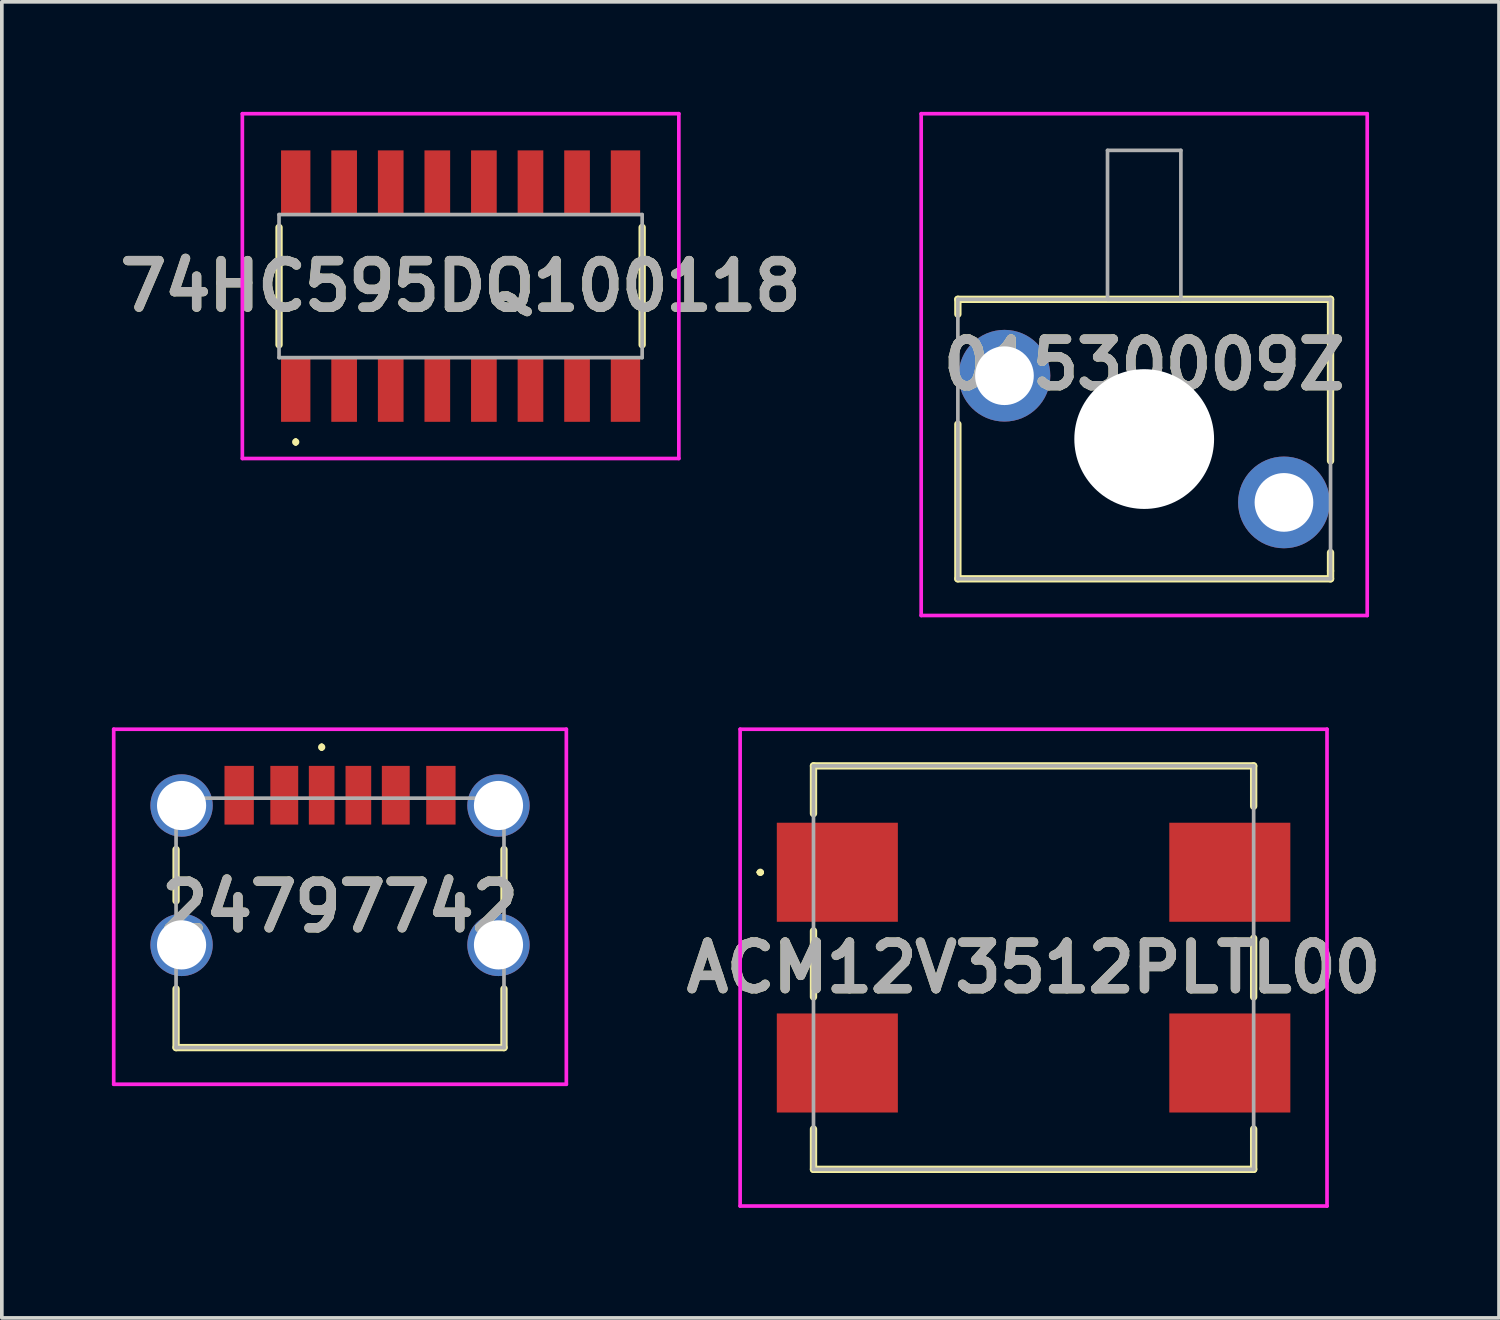
<source format=kicad_pcb>
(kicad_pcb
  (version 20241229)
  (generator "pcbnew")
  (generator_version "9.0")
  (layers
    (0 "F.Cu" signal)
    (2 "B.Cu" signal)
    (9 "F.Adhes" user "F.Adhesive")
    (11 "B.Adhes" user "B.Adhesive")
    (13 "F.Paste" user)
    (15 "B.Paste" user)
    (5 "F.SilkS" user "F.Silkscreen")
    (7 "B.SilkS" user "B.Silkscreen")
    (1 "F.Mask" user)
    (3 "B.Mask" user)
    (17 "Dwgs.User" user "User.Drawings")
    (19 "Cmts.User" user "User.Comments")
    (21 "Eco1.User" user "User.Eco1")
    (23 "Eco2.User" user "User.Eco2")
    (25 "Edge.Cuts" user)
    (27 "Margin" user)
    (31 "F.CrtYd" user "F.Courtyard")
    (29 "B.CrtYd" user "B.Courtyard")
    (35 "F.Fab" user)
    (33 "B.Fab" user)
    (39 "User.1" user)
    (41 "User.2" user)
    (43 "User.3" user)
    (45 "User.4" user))
  (footprint "24797742"
    (layer "F.Cu")
    (at 6.22 22.07)
    (property "Reference" "24797742" (at 0 -0.4 0) (layer "F.SilkS") (effects (font (size 1.27 1.27) (thickness 0.254))))
    (attr through_hole)
    (fp_line (start -4.47 -1.96) (end -4.47 -0.56) (stroke (width 0.2) (type solid)) (layer "F.SilkS"))
    (fp_line (start -4.47 1.84) (end -4.47 3.44) (stroke (width 0.2) (type solid)) (layer "F.SilkS"))
    (fp_line (start -4.47 3.44) (end 4.47 3.44) (stroke (width 0.2) (type solid)) (layer "F.SilkS"))
    (fp_line (start -0.5 -4.8) (end -0.5 -4.8) (stroke (width 0.1) (type solid)) (layer "F.SilkS"))
    (fp_line (start -0.5 -4.7) (end -0.5 -4.7) (stroke (width 0.1) (type solid)) (layer "F.SilkS"))
    (fp_line (start 4.47 -1.96) (end 4.47 -0.56) (stroke (width 0.2) (type solid)) (layer "F.SilkS"))
    (fp_line (start 4.47 3.44) (end 4.47 1.84) (stroke (width 0.2) (type solid)) (layer "F.SilkS"))
    (fp_arc (start -0.5 -4.8) (mid -0.45 -4.75) (end -0.5 -4.7) (stroke (width 0.1) (type solid)) (layer "F.SilkS"))
    (fp_arc (start -0.5 -4.7) (mid -0.55 -4.75) (end -0.5 -4.8) (stroke (width 0.1) (type solid)) (layer "F.SilkS"))
    (fp_line (start -6.17 -5.24) (end 6.17 -5.24) (stroke (width 0.1) (type solid)) (layer "F.CrtYd"))
    (fp_line (start -6.17 4.44) (end -6.17 -5.24) (stroke (width 0.1) (type solid)) (layer "F.CrtYd"))
    (fp_line (start 6.17 -5.24) (end 6.17 4.44) (stroke (width 0.1) (type solid)) (layer "F.CrtYd"))
    (fp_line (start 6.17 4.44) (end -6.17 4.44) (stroke (width 0.1) (type solid)) (layer "F.CrtYd"))
    (fp_line (start -4.47 -3.36) (end 4.47 -3.36) (stroke (width 0.1) (type solid)) (layer "F.Fab"))
    (fp_line (start -4.47 3.44) (end -4.47 -3.36) (stroke (width 0.1) (type solid)) (layer "F.Fab"))
    (fp_line (start 4.47 -3.36) (end 4.47 3.44) (stroke (width 0.1) (type solid)) (layer "F.Fab"))
    (fp_line (start 4.47 3.44) (end -4.47 3.44) (stroke (width 0.1) (type solid)) (layer "F.Fab"))
    (fp_text user "${REFERENCE}" (at 0 -0.4 0) (layer "F.Fab") (effects (font (size 1.27 1.27) (thickness 0.254))))
    (pad "1" thru_hole circle (at -4.32 -3.16) (size 1.7 1.7) (drill 1.34) (layers "*.Cu" "*.Mask"))
    (pad "2" thru_hole circle (at -4.32 0.64) (size 1.7 1.7) (drill 1.34) (layers "*.Cu" "*.Mask"))
    (pad "3" thru_hole circle (at 4.32 0.64) (size 1.7 1.7) (drill 1.34) (layers "*.Cu" "*.Mask"))
    (pad "4" thru_hole circle (at 4.32 -3.16) (size 1.7 1.7) (drill 1.34) (layers "*.Cu" "*.Mask"))
    (pad "A5" smd rect (at -0.5 -3.44) (size 0.7 1.6) (layers "F.Cu" "F.Mask" "F.Paste"))
    (pad "A9" smd rect (at 1.52 -3.44) (size 0.76 1.6) (layers "F.Cu" "F.Mask" "F.Paste"))
    (pad "A12" smd rect (at 2.75 -3.44) (size 0.8 1.6) (layers "F.Cu" "F.Mask" "F.Paste"))
    (pad "B5" smd rect (at 0.5 -3.44) (size 0.7 1.6) (layers "F.Cu" "F.Mask" "F.Paste"))
    (pad "B9" smd rect (at -1.52 -3.44) (size 0.76 1.6) (layers "F.Cu" "F.Mask" "F.Paste"))
    (pad "B12" smd rect (at -2.75 -3.44) (size 0.8 1.6) (layers "F.Cu" "F.Mask" "F.Paste")))
  (footprint "74HC595DQ100118"
    (layer "F.Cu")
    (at 9.507 4.75)
    (property "Reference" "74HC595DQ100118" (at 0 0 0) (layer "F.SilkS") (effects (font (size 1.27 1.27) (thickness 0.254))))
    (attr smd)
    (fp_line (start -4.95 -1.6) (end -4.95 1.6) (stroke (width 0.2) (type solid)) (layer "F.SilkS"))
    (fp_line (start -4.495 4.2) (end -4.495 4.2) (stroke (width 0.1) (type solid)) (layer "F.SilkS"))
    (fp_line (start -4.495 4.3) (end -4.495 4.3) (stroke (width 0.1) (type solid)) (layer "F.SilkS"))
    (fp_line (start 4.95 -1.6) (end 4.95 1.6) (stroke (width 0.2) (type solid)) (layer "F.SilkS"))
    (fp_arc (start -4.495 4.2) (mid -4.445 4.25) (end -4.495 4.3) (stroke (width 0.1) (type solid)) (layer "F.SilkS"))
    (fp_arc (start -4.495 4.3) (mid -4.545 4.25) (end -4.495 4.2) (stroke (width 0.1) (type solid)) (layer "F.SilkS"))
    (fp_line (start -5.95 -4.7) (end 5.95 -4.7) (stroke (width 0.1) (type solid)) (layer "F.CrtYd"))
    (fp_line (start -5.95 4.7) (end -5.95 -4.7) (stroke (width 0.1) (type solid)) (layer "F.CrtYd"))
    (fp_line (start 5.95 -4.7) (end 5.95 4.7) (stroke (width 0.1) (type solid)) (layer "F.CrtYd"))
    (fp_line (start 5.95 4.7) (end -5.95 4.7) (stroke (width 0.1) (type solid)) (layer "F.CrtYd"))
    (fp_line (start -4.95 -1.95) (end 4.95 -1.95) (stroke (width 0.1) (type solid)) (layer "F.Fab"))
    (fp_line (start -4.95 1.95) (end -4.95 -1.95) (stroke (width 0.1) (type solid)) (layer "F.Fab"))
    (fp_line (start 4.95 -1.95) (end 4.95 1.95) (stroke (width 0.1) (type solid)) (layer "F.Fab"))
    (fp_line (start 4.95 1.95) (end -4.95 1.95) (stroke (width 0.1) (type solid)) (layer "F.Fab"))
    (fp_text user "${REFERENCE}" (at 0 0 0) (layer "F.Fab") (effects (font (size 1.27 1.27) (thickness 0.254))))
    (pad "1" smd rect (at -4.495 2.825) (size 0.8 1.75) (layers "F.Cu" "F.Mask" "F.Paste"))
    (pad "2" smd rect (at -3.175 2.825) (size 0.7 1.75) (layers "F.Cu" "F.Mask" "F.Paste"))
    (pad "3" smd rect (at -1.905 2.825) (size 0.7 1.75) (layers "F.Cu" "F.Mask" "F.Paste"))
    (pad "4" smd rect (at -0.635 2.825) (size 0.7 1.75) (layers "F.Cu" "F.Mask" "F.Paste"))
    (pad "5" smd rect (at 0.635 2.825) (size 0.7 1.75) (layers "F.Cu" "F.Mask" "F.Paste"))
    (pad "6" smd rect (at 1.905 2.825) (size 0.7 1.75) (layers "F.Cu" "F.Mask" "F.Paste"))
    (pad "7" smd rect (at 3.175 2.825) (size 0.7 1.75) (layers "F.Cu" "F.Mask" "F.Paste"))
    (pad "8" smd rect (at 4.495 2.825) (size 0.8 1.75) (layers "F.Cu" "F.Mask" "F.Paste"))
    (pad "9" smd rect (at 4.495 -2.825) (size 0.8 1.75) (layers "F.Cu" "F.Mask" "F.Paste"))
    (pad "10" smd rect (at 3.175 -2.825) (size 0.7 1.75) (layers "F.Cu" "F.Mask" "F.Paste"))
    (pad "11" smd rect (at 1.905 -2.825) (size 0.7 1.75) (layers "F.Cu" "F.Mask" "F.Paste"))
    (pad "12" smd rect (at 0.635 -2.825) (size 0.7 1.75) (layers "F.Cu" "F.Mask" "F.Paste"))
    (pad "13" smd rect (at -0.635 -2.825) (size 0.7 1.75) (layers "F.Cu" "F.Mask" "F.Paste"))
    (pad "14" smd rect (at -1.905 -2.825) (size 0.7 1.75) (layers "F.Cu" "F.Mask" "F.Paste"))
    (pad "15" smd rect (at -3.175 -2.825) (size 0.7 1.75) (layers "F.Cu" "F.Mask" "F.Paste"))
    (pad "16" smd rect (at -4.495 -2.825) (size 0.8 1.75) (layers "F.Cu" "F.Mask" "F.Paste")))
  (footprint "01530009Z"
    (layer "F.Cu")
    (at 24.334 7.193)
    (property "Reference" "01530009Z" (at 3.81 -0.303 0) (layer "F.SilkS") (effects (font (size 1.27 1.27) (thickness 0.254))))
    (attr through_hole)
    (fp_line (start -1.27 -2.083) (end 8.89 -2.083) (stroke (width 0.2) (type solid)) (layer "F.SilkS"))
    (fp_line (start -1.27 -1.678) (end -1.27 -2.083) (stroke (width 0.2) (type solid)) (layer "F.SilkS"))
    (fp_line (start -1.27 5.537) (end -1.27 1.322) (stroke (width 0.2) (type solid)) (layer "F.SilkS"))
    (fp_line (start 8.89 -2.083) (end 8.89 2.322) (stroke (width 0.2) (type solid)) (layer "F.SilkS"))
    (fp_line (start 8.89 4.822) (end 8.89 5.322) (stroke (width 0.2) (type solid)) (layer "F.SilkS"))
    (fp_line (start 8.89 5.322) (end 8.89 5.537) (stroke (width 0.2) (type solid)) (layer "F.SilkS"))
    (fp_line (start 8.89 5.537) (end -1.27 5.537) (stroke (width 0.2) (type solid)) (layer "F.SilkS"))
    (fp_line (start -2.27 -7.143) (end 9.89 -7.143) (stroke (width 0.1) (type solid)) (layer "F.CrtYd"))
    (fp_line (start -2.27 6.537) (end -2.27 -7.143) (stroke (width 0.1) (type solid)) (layer "F.CrtYd"))
    (fp_line (start 9.89 -7.143) (end 9.89 6.537) (stroke (width 0.1) (type solid)) (layer "F.CrtYd"))
    (fp_line (start 9.89 6.537) (end -2.27 6.537) (stroke (width 0.1) (type solid)) (layer "F.CrtYd"))
    (fp_line (start -1.27 -2.083) (end 8.89 -2.083) (stroke (width 0.1) (type solid)) (layer "F.Fab"))
    (fp_line (start -1.27 5.537) (end -1.27 -2.083) (stroke (width 0.1) (type solid)) (layer "F.Fab"))
    (fp_line (start 2.81 -6.143) (end 2.81 -2.083) (stroke (width 0.1) (type solid)) (layer "F.Fab"))
    (fp_line (start 2.81 -2.083) (end 4.81 -2.083) (stroke (width 0.1) (type solid)) (layer "F.Fab"))
    (fp_line (start 4.81 -6.143) (end 2.81 -6.143) (stroke (width 0.1) (type solid)) (layer "F.Fab"))
    (fp_line (start 4.81 -2.083) (end 4.81 -6.143) (stroke (width 0.1) (type solid)) (layer "F.Fab"))
    (fp_line (start 8.89 -2.083) (end 8.89 5.537) (stroke (width 0.1) (type solid)) (layer "F.Fab"))
    (fp_line (start 8.89 5.537) (end -1.27 5.537) (stroke (width 0.1) (type solid)) (layer "F.Fab"))
    (fp_text user "${REFERENCE}" (at 3.81 -0.303 0) (layer "F.Fab") (effects (font (size 1.27 1.27) (thickness 0.254))))
    (pad "" np_thru_hole circle (at 3.81 1.727) (size 3.81 3.81) (drill 3.81) (layers "*.Cu" "*.Mask"))
    (pad "1" thru_hole circle (at 0 0) (size 2.5 2.5) (drill 1.6) (layers "*.Cu" "*.Mask"))
    (pad "2" thru_hole circle (at 7.62 3.454) (size 2.5 2.5) (drill 1.6) (layers "*.Cu" "*.Mask")))
  (footprint "ACM12V3512PLTL00"
    (layer "F.Cu")
    (at 25.128 23.33)
    (property "Reference" "ACM12V3512PLTL00" (at 0 0 0) (layer "F.SilkS") (effects (font (size 1.27 1.27) (thickness 0.254))))
    (attr smd)
    (fp_line (start -7.5 -2.6) (end -7.5 -2.6) (stroke (width 0.1) (type solid)) (layer "F.SilkS"))
    (fp_line (start -7.5 -2.6) (end -7.5 -2.6) (stroke (width 0.1) (type solid)) (layer "F.SilkS"))
    (fp_line (start -7.4 -2.6) (end -7.4 -2.6) (stroke (width 0.1) (type solid)) (layer "F.SilkS"))
    (fp_line (start -6 -5.5) (end 6 -5.5) (stroke (width 0.2) (type solid)) (layer "F.SilkS"))
    (fp_line (start -6 -4.2) (end -6 -5.5) (stroke (width 0.2) (type solid)) (layer "F.SilkS"))
    (fp_line (start -6 -1) (end -6 0.8) (stroke (width 0.2) (type solid)) (layer "F.SilkS"))
    (fp_line (start -6 5.5) (end -6 4.4) (stroke (width 0.2) (type solid)) (layer "F.SilkS"))
    (fp_line (start 6 -5.5) (end 6 -4.4) (stroke (width 0.2) (type solid)) (layer "F.SilkS"))
    (fp_line (start 6 -0.8) (end 6 0.8) (stroke (width 0.2) (type solid)) (layer "F.SilkS"))
    (fp_line (start 6 4.4) (end 6 5.5) (stroke (width 0.2) (type solid)) (layer "F.SilkS"))
    (fp_line (start 6 5.5) (end -6 5.5) (stroke (width 0.2) (type solid)) (layer "F.SilkS"))
    (fp_arc (start -7.5 -2.6) (mid -7.45 -2.65) (end -7.4 -2.6) (stroke (width 0.1) (type solid)) (layer "F.SilkS"))
    (fp_arc (start -7.4 -2.6) (mid -7.45 -2.55) (end -7.5 -2.6) (stroke (width 0.1) (type solid)) (layer "F.SilkS"))
    (fp_arc (start -7.4 -2.6) (mid -7.45 -2.55) (end -7.5 -2.6) (stroke (width 0.1) (type solid)) (layer "F.SilkS"))
    (fp_line (start -8 -6.5) (end 8 -6.5) (stroke (width 0.1) (type solid)) (layer "F.CrtYd"))
    (fp_line (start -8 6.5) (end -8 -6.5) (stroke (width 0.1) (type solid)) (layer "F.CrtYd"))
    (fp_line (start 8 -6.5) (end 8 6.5) (stroke (width 0.1) (type solid)) (layer "F.CrtYd"))
    (fp_line (start 8 6.5) (end -8 6.5) (stroke (width 0.1) (type solid)) (layer "F.CrtYd"))
    (fp_line (start -6 -5.5) (end -6 5.5) (stroke (width 0.1) (type solid)) (layer "F.Fab"))
    (fp_line (start -6 5.5) (end 6 5.5) (stroke (width 0.1) (type solid)) (layer "F.Fab"))
    (fp_line (start 6 -5.5) (end -6 -5.5) (stroke (width 0.1) (type solid)) (layer "F.Fab"))
    (fp_line (start 6 5.5) (end 6 -5.5) (stroke (width 0.1) (type solid)) (layer "F.Fab"))
    (fp_text user "${REFERENCE}" (at 0 0 0) (layer "F.Fab") (effects (font (size 1.27 1.27) (thickness 0.254))))
    (pad "1" smd rect (at -5.35 -2.6 90) (size 2.7 3.3) (layers "F.Cu" "F.Mask" "F.Paste"))
    (pad "2" smd rect (at -5.35 2.6 90) (size 2.7 3.3) (layers "F.Cu" "F.Mask" "F.Paste"))
    (pad "3" smd rect (at 5.35 2.6 90) (size 2.7 3.3) (layers "F.Cu" "F.Mask" "F.Paste"))
    (pad "4" smd rect (at 5.35 -2.6 90) (size 2.7 3.3) (layers "F.Cu" "F.Mask" "F.Paste")))
  (gr_rect
    (start -3 -3)
    (end 37.817 32.88)
    (stroke (width 0.1) (type default))
    (fill no)
    (layer "Edge.Cuts")))
</source>
